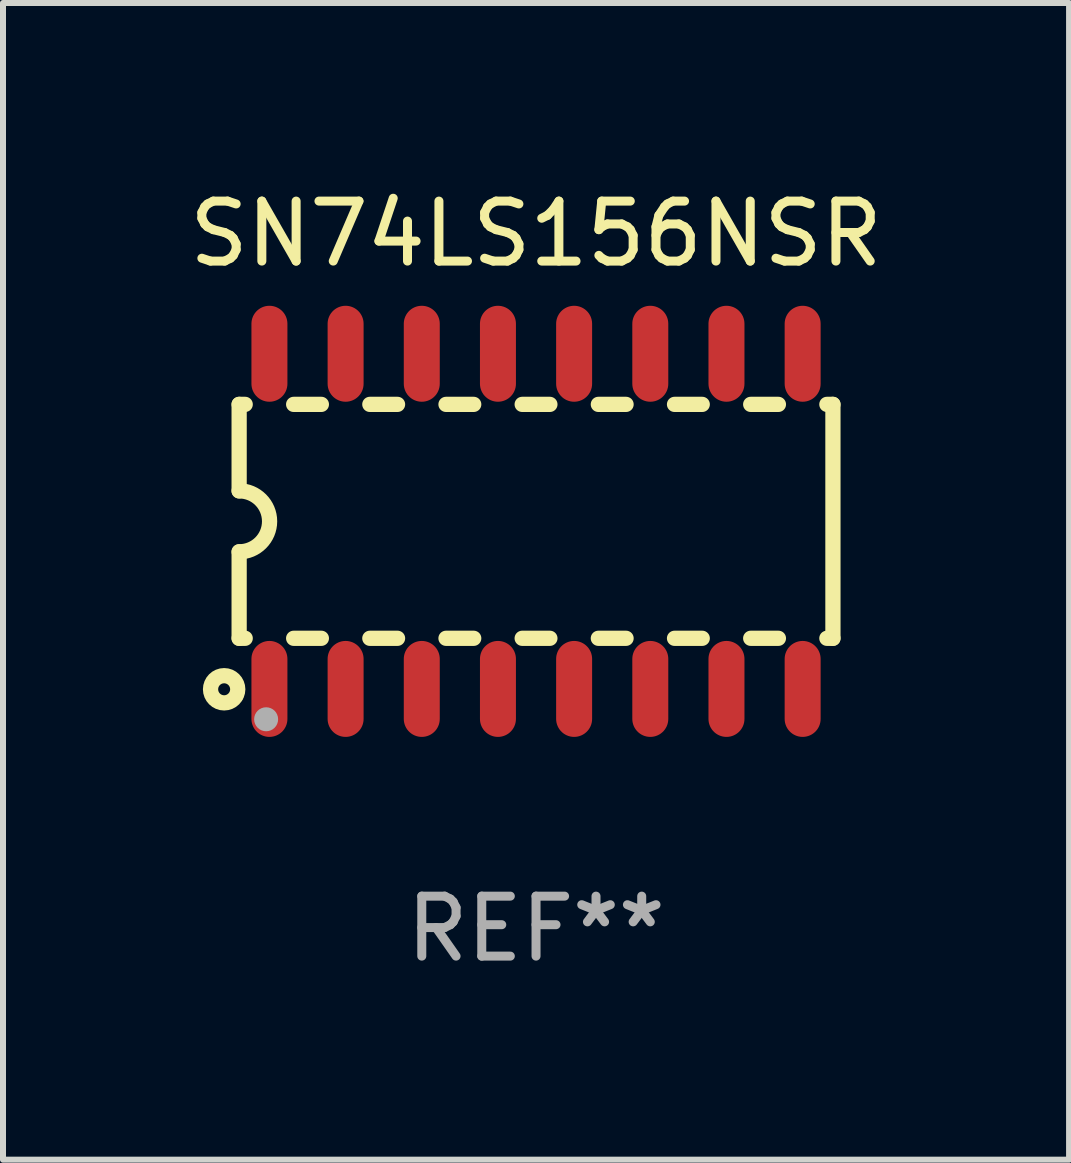
<source format=kicad_pcb>
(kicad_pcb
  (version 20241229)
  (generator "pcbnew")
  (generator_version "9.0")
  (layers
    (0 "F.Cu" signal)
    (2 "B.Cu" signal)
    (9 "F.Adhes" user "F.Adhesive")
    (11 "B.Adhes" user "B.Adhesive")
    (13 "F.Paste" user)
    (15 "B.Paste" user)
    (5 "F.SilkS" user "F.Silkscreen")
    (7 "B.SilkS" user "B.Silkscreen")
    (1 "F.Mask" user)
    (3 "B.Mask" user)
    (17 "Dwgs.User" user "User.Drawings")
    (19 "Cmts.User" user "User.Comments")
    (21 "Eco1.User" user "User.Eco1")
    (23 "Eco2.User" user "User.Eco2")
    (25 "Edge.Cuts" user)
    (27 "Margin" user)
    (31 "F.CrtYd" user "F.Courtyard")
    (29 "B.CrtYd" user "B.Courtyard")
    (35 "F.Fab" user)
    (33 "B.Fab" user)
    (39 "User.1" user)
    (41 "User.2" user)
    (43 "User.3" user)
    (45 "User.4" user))
  (footprint "SN74LS156NSR"
    (layer "F.Cu")
    (at 5.887 5.642)
    (property "Reference" "SN74LS156NSR" (at 0 -4.794 0) (layer "F.SilkS") (effects (font (size 1 1) (thickness 0.15))))
    (attr through_hole)
    (fp_line (start -4.95 -1.95) (end -4.95 -0.508) (stroke (width 0.254) (type solid)) (layer "F.SilkS"))
    (fp_line (start -4.95 -1.95) (end -4.849 -1.95) (stroke (width 0.254) (type solid)) (layer "F.SilkS"))
    (fp_line (start -4.95 1.95) (end -4.95 0.508) (stroke (width 0.254) (type solid)) (layer "F.SilkS"))
    (fp_line (start -4.95 1.95) (end -4.849 1.95) (stroke (width 0.254) (type solid)) (layer "F.SilkS"))
    (fp_line (start -4.041 -1.95) (end -3.579 -1.95) (stroke (width 0.254) (type solid)) (layer "F.SilkS"))
    (fp_line (start -4.041 1.95) (end -3.579 1.95) (stroke (width 0.254) (type solid)) (layer "F.SilkS"))
    (fp_line (start -2.771 -1.95) (end -2.309 -1.95) (stroke (width 0.254) (type solid)) (layer "F.SilkS"))
    (fp_line (start -2.771 1.95) (end -2.309 1.95) (stroke (width 0.254) (type solid)) (layer "F.SilkS"))
    (fp_line (start -1.501 -1.95) (end -1.039 -1.95) (stroke (width 0.254) (type solid)) (layer "F.SilkS"))
    (fp_line (start -1.501 1.95) (end -1.039 1.95) (stroke (width 0.254) (type solid)) (layer "F.SilkS"))
    (fp_line (start -0.231 -1.95) (end 0.231 -1.95) (stroke (width 0.254) (type solid)) (layer "F.SilkS"))
    (fp_line (start -0.231 1.95) (end 0.231 1.95) (stroke (width 0.254) (type solid)) (layer "F.SilkS"))
    (fp_line (start 1.039 -1.95) (end 1.501 -1.95) (stroke (width 0.254) (type solid)) (layer "F.SilkS"))
    (fp_line (start 1.039 1.95) (end 1.501 1.95) (stroke (width 0.254) (type solid)) (layer "F.SilkS"))
    (fp_line (start 2.309 -1.95) (end 2.771 -1.95) (stroke (width 0.254) (type solid)) (layer "F.SilkS"))
    (fp_line (start 2.309 1.95) (end 2.771 1.95) (stroke (width 0.254) (type solid)) (layer "F.SilkS"))
    (fp_line (start 3.579 -1.95) (end 4.041 -1.95) (stroke (width 0.254) (type solid)) (layer "F.SilkS"))
    (fp_line (start 3.579 1.95) (end 4.041 1.95) (stroke (width 0.254) (type solid)) (layer "F.SilkS"))
    (fp_line (start 4.849 -1.95) (end 4.95 -1.95) (stroke (width 0.254) (type solid)) (layer "F.SilkS"))
    (fp_line (start 4.849 1.95) (end 4.95 1.95) (stroke (width 0.254) (type solid)) (layer "F.SilkS"))
    (fp_line (start 4.95 -1.95) (end 4.95 1.95) (stroke (width 0.254) (type solid)) (layer "F.SilkS"))
    (fp_arc (start -4.95047 -0.508001) (mid -4.442469 -0.000228) (end -4.950013 0.508001) (stroke (width 0.254001) (type solid)) (layer "F.SilkS"))
    (fp_circle (center -5.2 2.8) (end -5.1 2.8) (stroke (width 0.254) (type solid)) (fill no) (layer "F.SilkS"))
    (fp_circle (center -4.95 2.947) (end -4.92 2.947) (stroke (width 0.06) (type solid)) (fill no) (layer "F.SilkS"))
    (fp_circle (center -4.5 3.3) (end -4.4 3.3) (stroke (width 0.2) (type solid)) (fill no) (layer "F.Fab"))
    (fp_text user "REF**" (at 0 6.794 0) (layer "F.Fab") (effects (font (size 1 1) (thickness 0.15))))
    (pad "1" smd oval (at -4.445 2.794) (size 0.6 1.6) (layers "F.Cu" "F.Mask" "F.Paste"))
    (pad "2" smd oval (at -3.175 2.794) (size 0.6 1.6) (layers "F.Cu" "F.Mask" "F.Paste"))
    (pad "3" smd oval (at -1.905 2.794) (size 0.6 1.6) (layers "F.Cu" "F.Mask" "F.Paste"))
    (pad "4" smd oval (at -0.635 2.794) (size 0.6 1.6) (layers "F.Cu" "F.Mask" "F.Paste"))
    (pad "5" smd oval (at 0.635 2.794) (size 0.6 1.6) (layers "F.Cu" "F.Mask" "F.Paste"))
    (pad "6" smd oval (at 1.905 2.794) (size 0.6 1.6) (layers "F.Cu" "F.Mask" "F.Paste"))
    (pad "7" smd oval (at 3.175 2.794) (size 0.6 1.6) (layers "F.Cu" "F.Mask" "F.Paste"))
    (pad "8" smd oval (at 4.445 2.794) (size 0.6 1.6) (layers "F.Cu" "F.Mask" "F.Paste"))
    (pad "9" smd oval (at 4.445 -2.794) (size 0.6 1.6) (layers "F.Cu" "F.Mask" "F.Paste"))
    (pad "10" smd oval (at 3.175 -2.794) (size 0.6 1.6) (layers "F.Cu" "F.Mask" "F.Paste"))
    (pad "11" smd oval (at 1.905 -2.794) (size 0.6 1.6) (layers "F.Cu" "F.Mask" "F.Paste"))
    (pad "12" smd oval (at 0.635 -2.794) (size 0.6 1.6) (layers "F.Cu" "F.Mask" "F.Paste"))
    (pad "13" smd oval (at -0.635 -2.794) (size 0.6 1.6) (layers "F.Cu" "F.Mask" "F.Paste"))
    (pad "14" smd oval (at -1.905 -2.794) (size 0.6 1.6) (layers "F.Cu" "F.Mask" "F.Paste"))
    (pad "15" smd oval (at -3.175 -2.794) (size 0.6 1.6) (layers "F.Cu" "F.Mask" "F.Paste"))
    (pad "16" smd oval (at -4.445 -2.794) (size 0.6 1.6) (layers "F.Cu" "F.Mask" "F.Paste")))
  (gr_rect
    (start -3 -3)
    (end 14.774 16.285)
    (stroke (width 0.1) (type default))
    (fill no)
    (layer "Edge.Cuts")))
</source>
